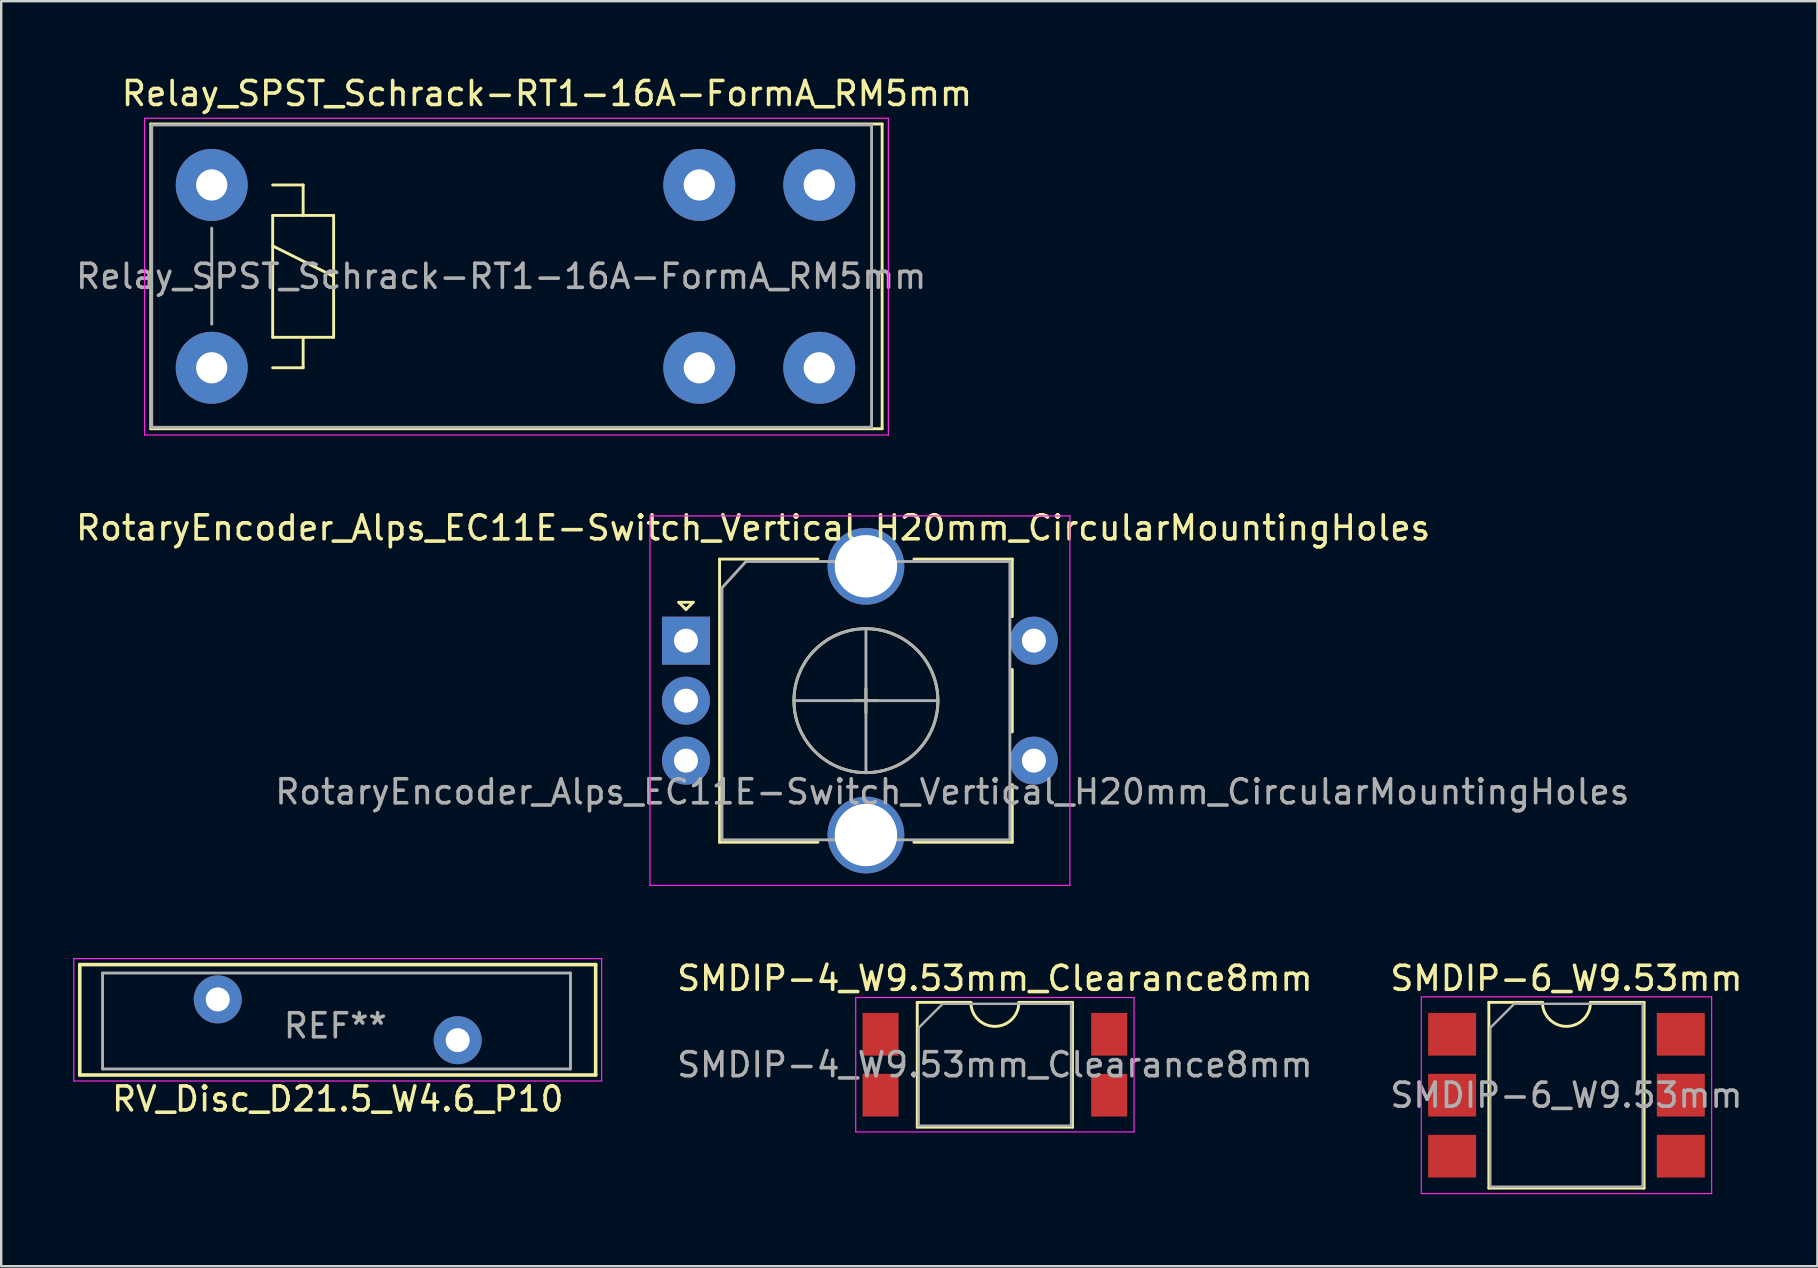
<source format=kicad_pcb>
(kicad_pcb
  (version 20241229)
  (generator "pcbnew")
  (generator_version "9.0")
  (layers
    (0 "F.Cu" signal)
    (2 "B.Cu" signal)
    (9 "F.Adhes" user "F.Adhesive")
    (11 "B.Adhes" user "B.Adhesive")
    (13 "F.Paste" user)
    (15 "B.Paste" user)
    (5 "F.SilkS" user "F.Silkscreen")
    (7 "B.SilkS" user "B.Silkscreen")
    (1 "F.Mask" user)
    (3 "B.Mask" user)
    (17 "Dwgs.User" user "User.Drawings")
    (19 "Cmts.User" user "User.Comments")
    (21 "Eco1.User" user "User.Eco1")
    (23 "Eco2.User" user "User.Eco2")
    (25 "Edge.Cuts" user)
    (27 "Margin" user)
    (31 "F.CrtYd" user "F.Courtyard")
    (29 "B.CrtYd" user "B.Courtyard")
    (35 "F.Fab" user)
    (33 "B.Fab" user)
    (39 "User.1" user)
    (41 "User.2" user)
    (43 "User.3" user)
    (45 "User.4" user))
  (footprint "RV_Disc_D21.5_W4.6_P10"
    (layer "F.Cu")
    (at 6.025 38.602)
    (property "Reference" "RV_Disc_D21.5_W4.6_P10" (at 5 4.15 0) (layer "F.SilkS") (effects (font (size 1 1) (thickness 0.15))))
    (attr through_hole)
    (fp_line (start -5.75 -1.45) (end -5.75 3.15) (stroke (width 0.15) (type solid)) (layer "F.SilkS"))
    (fp_line (start -5.75 -1.45) (end 15.75 -1.45) (stroke (width 0.15) (type solid)) (layer "F.SilkS"))
    (fp_line (start -5.75 3.15) (end 15.75 3.15) (stroke (width 0.15) (type solid)) (layer "F.SilkS"))
    (fp_line (start 15.75 -1.45) (end 15.75 3.15) (stroke (width 0.15) (type solid)) (layer "F.SilkS"))
    (fp_line (start -6 -1.7) (end -6 3.4) (stroke (width 0.05) (type solid)) (layer "F.CrtYd"))
    (fp_line (start -6 -1.7) (end 16 -1.7) (stroke (width 0.05) (type solid)) (layer "F.CrtYd"))
    (fp_line (start -6 3.4) (end 16 3.4) (stroke (width 0.05) (type solid)) (layer "F.CrtYd"))
    (fp_line (start 16 -1.7) (end 16 3.4) (stroke (width 0.05) (type solid)) (layer "F.CrtYd"))
    (fp_line (start -4.8 -1.1) (end 14.7 -1.1) (stroke (width 0.12) (type solid)) (layer "F.Fab"))
    (fp_line (start -4.8 2.9) (end -4.8 -1.1) (stroke (width 0.12) (type solid)) (layer "F.Fab"))
    (fp_line (start 14.7 -1.1) (end 14.7 2.9) (stroke (width 0.12) (type solid)) (layer "F.Fab"))
    (fp_line (start 14.7 2.9) (end -4.8 2.9) (stroke (width 0.12) (type solid)) (layer "F.Fab"))
    (fp_text user "REF**" (at 4.9 1.1 0) (layer "F.Fab") (effects (font (size 1 1) (thickness 0.15))))
    (pad "1" thru_hole circle (at 0 0) (size 2 2) (drill 1) (layers "*.Cu" "*.Mask"))
    (pad "2" thru_hole circle (at 10 1.7) (size 2 2) (drill 1) (layers "*.Cu" "*.Mask")))
  (footprint "SMDIP-6_W9.53mm"
    (layer "F.Cu")
    (at 62.235 42.595)
    (property "Reference" "SMDIP-6_W9.53mm" (at 0 -4.87 0) (layer "F.SilkS") (effects (font (size 1 1) (thickness 0.15))))
    (attr smd)
    (fp_line (start -3.235 -3.87) (end -3.235 3.87) (stroke (width 0.12) (type solid)) (layer "F.SilkS"))
    (fp_line (start -3.235 3.87) (end 3.235 3.87) (stroke (width 0.12) (type solid)) (layer "F.SilkS"))
    (fp_line (start -1 -3.87) (end -3.235 -3.87) (stroke (width 0.12) (type solid)) (layer "F.SilkS"))
    (fp_line (start 3.235 -3.87) (end 1 -3.87) (stroke (width 0.12) (type solid)) (layer "F.SilkS"))
    (fp_line (start 3.235 3.87) (end 3.235 -3.87) (stroke (width 0.12) (type solid)) (layer "F.SilkS"))
    (fp_arc (start 1 -3.87) (mid 0 -2.87) (end -1 -3.87) (stroke (width 0.12) (type solid)) (layer "F.SilkS"))
    (fp_line (start -6.05 -4.1) (end -6.05 4.1) (stroke (width 0.05) (type solid)) (layer "F.CrtYd"))
    (fp_line (start -6.05 4.1) (end 6.05 4.1) (stroke (width 0.05) (type solid)) (layer "F.CrtYd"))
    (fp_line (start 6.05 -4.1) (end -6.05 -4.1) (stroke (width 0.05) (type solid)) (layer "F.CrtYd"))
    (fp_line (start 6.05 4.1) (end 6.05 -4.1) (stroke (width 0.05) (type solid)) (layer "F.CrtYd"))
    (fp_line (start -3.175 -2.81) (end -2.175 -3.81) (stroke (width 0.1) (type solid)) (layer "F.Fab"))
    (fp_line (start -3.175 3.81) (end -3.175 -2.81) (stroke (width 0.1) (type solid)) (layer "F.Fab"))
    (fp_line (start -2.175 -3.81) (end 3.175 -3.81) (stroke (width 0.1) (type solid)) (layer "F.Fab"))
    (fp_line (start 3.175 -3.81) (end 3.175 3.81) (stroke (width 0.1) (type solid)) (layer "F.Fab"))
    (fp_line (start 3.175 3.81) (end -3.175 3.81) (stroke (width 0.1) (type solid)) (layer "F.Fab"))
    (fp_text user "${REFERENCE}" (at 0 0 0) (layer "F.Fab") (effects (font (size 1 1) (thickness 0.15))))
    (pad "1" smd rect (at -4.765 -2.54) (size 2 1.78) (layers "F.Cu" "F.Mask" "F.Paste"))
    (pad "2" smd rect (at -4.765 0) (size 2 1.78) (layers "F.Cu" "F.Mask" "F.Paste"))
    (pad "3" smd rect (at -4.765 2.54) (size 2 1.78) (layers "F.Cu" "F.Mask" "F.Paste"))
    (pad "4" smd rect (at 4.765 2.54) (size 2 1.78) (layers "F.Cu" "F.Mask" "F.Paste"))
    (pad "5" smd rect (at 4.765 0) (size 2 1.78) (layers "F.Cu" "F.Mask" "F.Paste"))
    (pad "6" smd rect (at 4.765 -2.54) (size 2 1.78) (layers "F.Cu" "F.Mask" "F.Paste")))
  (footprint "Relay_SPST_Schrack-RT1-16A-FormA_RM5mm"
    (layer "F.Cu")
    (at 5.774 4.658)
    (property "Reference" "Relay_SPST_Schrack-RT1-16A-FormA_RM5mm" (at 13.97 -3.81 0) (layer "F.SilkS") (effects (font (size 1 1) (thickness 0.15))))
    (attr through_hole)
    (fp_line (start -2.54 -2.54) (end 27.94 -2.54) (stroke (width 0.12) (type solid)) (layer "F.SilkS"))
    (fp_line (start -2.54 10.16) (end -2.54 -2.54) (stroke (width 0.12) (type solid)) (layer "F.SilkS"))
    (fp_line (start 2.54 0) (end 3.81 0) (stroke (width 0.12) (type solid)) (layer "F.SilkS"))
    (fp_line (start 2.54 1.27) (end 3.81 1.27) (stroke (width 0.12) (type solid)) (layer "F.SilkS"))
    (fp_line (start 2.54 2.54) (end 5.08 3.81) (stroke (width 0.12) (type solid)) (layer "F.SilkS"))
    (fp_line (start 2.54 6.35) (end 2.54 1.27) (stroke (width 0.12) (type solid)) (layer "F.SilkS"))
    (fp_line (start 3.81 0) (end 3.81 1.27) (stroke (width 0.12) (type solid)) (layer "F.SilkS"))
    (fp_line (start 3.81 1.27) (end 5.08 1.27) (stroke (width 0.12) (type solid)) (layer "F.SilkS"))
    (fp_line (start 3.81 6.35) (end 3.81 7.62) (stroke (width 0.12) (type solid)) (layer "F.SilkS"))
    (fp_line (start 3.81 7.62) (end 2.54 7.62) (stroke (width 0.12) (type solid)) (layer "F.SilkS"))
    (fp_line (start 5.08 1.27) (end 5.08 6.35) (stroke (width 0.12) (type solid)) (layer "F.SilkS"))
    (fp_line (start 5.08 6.35) (end 2.54 6.35) (stroke (width 0.12) (type solid)) (layer "F.SilkS"))
    (fp_line (start 27.94 -2.54) (end 27.94 10.16) (stroke (width 0.12) (type solid)) (layer "F.SilkS"))
    (fp_line (start 27.94 10.16) (end -2.54 10.16) (stroke (width 0.12) (type solid)) (layer "F.SilkS"))
    (fp_line (start -2.8 -2.78) (end 28.2 -2.78) (stroke (width 0.05) (type solid)) (layer "F.CrtYd"))
    (fp_line (start -2.8 10.42) (end -2.8 -2.78) (stroke (width 0.05) (type solid)) (layer "F.CrtYd"))
    (fp_line (start 28.2 -2.78) (end 28.2 10.42) (stroke (width 0.05) (type solid)) (layer "F.CrtYd"))
    (fp_line (start 28.2 10.42) (end -2.8 10.42) (stroke (width 0.05) (type solid)) (layer "F.CrtYd"))
    (fp_line (start -2.5 -2.5) (end 27.5 -2.5) (stroke (width 0.12) (type solid)) (layer "F.Fab"))
    (fp_line (start -2.5 10.1) (end -2.5 -2.5) (stroke (width 0.12) (type solid)) (layer "F.Fab"))
    (fp_line (start 0 1.8) (end 0 5.8) (stroke (width 0.12) (type solid)) (layer "F.Fab"))
    (fp_line (start 27.5 -2.5) (end 27.5 10.1) (stroke (width 0.12) (type solid)) (layer "F.Fab"))
    (fp_line (start 27.5 10.1) (end -2.5 10.1) (stroke (width 0.12) (type solid)) (layer "F.Fab"))
    (fp_text user "${REFERENCE}" (at 12.065 3.81 0) (layer "F.Fab") (effects (font (size 1 1) (thickness 0.15))))
    (pad "11" thru_hole circle (at 20.32 0) (size 3 3) (drill 1.3) (layers "*.Cu" "*.Mask"))
    (pad "11" thru_hole circle (at 20.32 7.62) (size 3 3) (drill 1.3) (layers "*.Cu" "*.Mask"))
    (pad "14" thru_hole circle (at 25.32 0) (size 3 3) (drill 1.3) (layers "*.Cu" "*.Mask"))
    (pad "14" thru_hole circle (at 25.32 7.62) (size 3 3) (drill 1.3) (layers "*.Cu" "*.Mask"))
    (pad "A1" thru_hole circle (at 0 0) (size 3 3) (drill 1.3) (layers "*.Cu" "*.Mask"))
    (pad "A2" thru_hole circle (at 0 7.62) (size 3 3) (drill 1.3) (layers "*.Cu" "*.Mask")))
  (footprint "RotaryEncoder_Alps_EC11E-Switch_Vertical_H20mm_CircularMountingHoles"
    (layer "F.Cu")
    (at 25.539 23.651)
    (property "Reference" "RotaryEncoder_Alps_EC11E-Switch_Vertical_H20mm_CircularMountingHoles" (at 2.8 -4.7 0) (layer "F.SilkS") (effects (font (size 1 1) (thickness 0.15))))
    (attr through_hole)
    (fp_line (start -0.3 -1.6) (end 0.3 -1.6) (stroke (width 0.12) (type solid)) (layer "F.SilkS"))
    (fp_line (start 0 -1.3) (end -0.3 -1.6) (stroke (width 0.12) (type solid)) (layer "F.SilkS"))
    (fp_line (start 0.3 -1.6) (end 0 -1.3) (stroke (width 0.12) (type solid)) (layer "F.SilkS"))
    (fp_line (start 1.4 -3.4) (end 1.4 8.4) (stroke (width 0.12) (type solid)) (layer "F.SilkS"))
    (fp_line (start 5.5 -3.4) (end 1.4 -3.4) (stroke (width 0.12) (type solid)) (layer "F.SilkS"))
    (fp_line (start 5.5 8.4) (end 1.4 8.4) (stroke (width 0.12) (type solid)) (layer "F.SilkS"))
    (fp_line (start 7 2.5) (end 8 2.5) (stroke (width 0.12) (type solid)) (layer "F.SilkS"))
    (fp_line (start 7.5 2) (end 7.5 3) (stroke (width 0.12) (type solid)) (layer "F.SilkS"))
    (fp_line (start 9.5 -3.4) (end 13.6 -3.4) (stroke (width 0.12) (type solid)) (layer "F.SilkS"))
    (fp_line (start 13.6 -3.4) (end 13.6 -1) (stroke (width 0.12) (type solid)) (layer "F.SilkS"))
    (fp_line (start 13.6 1.2) (end 13.6 3.8) (stroke (width 0.12) (type solid)) (layer "F.SilkS"))
    (fp_line (start 13.6 6) (end 13.6 8.4) (stroke (width 0.12) (type solid)) (layer "F.SilkS"))
    (fp_line (start 13.6 8.4) (end 9.5 8.4) (stroke (width 0.12) (type solid)) (layer "F.SilkS"))
    (fp_circle (center 7.5 2.5) (end 10.5 2.5) (stroke (width 0.12) (type solid)) (fill no) (layer "F.SilkS"))
    (fp_line (start -1.5 -5.2) (end -1.5 10.2) (stroke (width 0.05) (type solid)) (layer "F.CrtYd"))
    (fp_line (start -1.5 -5.2) (end 16 -5.2) (stroke (width 0.05) (type solid)) (layer "F.CrtYd"))
    (fp_line (start 16 10.2) (end -1.5 10.2) (stroke (width 0.05) (type solid)) (layer "F.CrtYd"))
    (fp_line (start 16 10.2) (end 16 -5.2) (stroke (width 0.05) (type solid)) (layer "F.CrtYd"))
    (fp_line (start 1.5 -2.2) (end 2.5 -3.3) (stroke (width 0.12) (type solid)) (layer "F.Fab"))
    (fp_line (start 1.5 8.3) (end 1.5 -2.2) (stroke (width 0.12) (type solid)) (layer "F.Fab"))
    (fp_line (start 2.5 -3.3) (end 13.5 -3.3) (stroke (width 0.12) (type solid)) (layer "F.Fab"))
    (fp_line (start 4.5 2.5) (end 10.5 2.5) (stroke (width 0.12) (type solid)) (layer "F.Fab"))
    (fp_line (start 7.5 -0.5) (end 7.5 5.5) (stroke (width 0.12) (type solid)) (layer "F.Fab"))
    (fp_line (start 13.5 -3.3) (end 13.5 8.3) (stroke (width 0.12) (type solid)) (layer "F.Fab"))
    (fp_line (start 13.5 8.3) (end 1.5 8.3) (stroke (width 0.12) (type solid)) (layer "F.Fab"))
    (fp_circle (center 7.5 2.5) (end 10.5 2.5) (stroke (width 0.12) (type solid)) (fill no) (layer "F.Fab"))
    (fp_text user "${REFERENCE}" (at 11.1 6.3 0) (layer "F.Fab") (effects (font (size 1 1) (thickness 0.15))))
    (pad "A" thru_hole rect (at 0 0) (size 2 2) (drill 1) (layers "*.Cu" "*.Mask"))
    (pad "B" thru_hole circle (at 0 5) (size 2 2) (drill 1) (layers "*.Cu" "*.Mask"))
    (pad "C" thru_hole circle (at 0 2.5) (size 2 2) (drill 1) (layers "*.Cu" "*.Mask"))
    (pad "MP" thru_hole circle (at 7.5 -3.1) (size 3.2 3.2) (drill 2.6) (layers "*.Cu" "*.Mask"))
    (pad "MP" thru_hole circle (at 7.5 8.1) (size 3.2 3.2) (drill 2.6) (layers "*.Cu" "*.Mask"))
    (pad "S1" thru_hole circle (at 14.5 5) (size 2 2) (drill 1) (layers "*.Cu" "*.Mask"))
    (pad "S2" thru_hole circle (at 14.5 0) (size 2 2) (drill 1) (layers "*.Cu" "*.Mask")))
  (footprint "SMDIP-4_W9.53mm_Clearance8mm"
    (layer "F.Cu")
    (at 38.413 41.325)
    (property "Reference" "SMDIP-4_W9.53mm_Clearance8mm" (at 0 -3.6 0) (layer "F.SilkS") (effects (font (size 1 1) (thickness 0.15))))
    (attr smd)
    (fp_line (start -3.235 -2.6) (end -3.235 2.6) (stroke (width 0.12) (type solid)) (layer "F.SilkS"))
    (fp_line (start -3.235 2.6) (end 3.235 2.6) (stroke (width 0.12) (type solid)) (layer "F.SilkS"))
    (fp_line (start -1 -2.6) (end -3.235 -2.6) (stroke (width 0.12) (type solid)) (layer "F.SilkS"))
    (fp_line (start 3.235 -2.6) (end 1 -2.6) (stroke (width 0.12) (type solid)) (layer "F.SilkS"))
    (fp_line (start 3.235 2.6) (end 3.235 -2.6) (stroke (width 0.12) (type solid)) (layer "F.SilkS"))
    (fp_arc (start 1 -2.6) (mid 0 -1.6) (end -1 -2.6) (stroke (width 0.12) (type solid)) (layer "F.SilkS"))
    (fp_line (start -5.8 -2.8) (end -5.8 2.8) (stroke (width 0.05) (type solid)) (layer "F.CrtYd"))
    (fp_line (start -5.8 2.8) (end 5.8 2.8) (stroke (width 0.05) (type solid)) (layer "F.CrtYd"))
    (fp_line (start 5.8 -2.8) (end -5.8 -2.8) (stroke (width 0.05) (type solid)) (layer "F.CrtYd"))
    (fp_line (start 5.8 2.8) (end 5.8 -2.8) (stroke (width 0.05) (type solid)) (layer "F.CrtYd"))
    (fp_line (start -3.175 -1.54) (end -2.175 -2.54) (stroke (width 0.1) (type solid)) (layer "F.Fab"))
    (fp_line (start -3.175 2.54) (end -3.175 -1.54) (stroke (width 0.1) (type solid)) (layer "F.Fab"))
    (fp_line (start -2.175 -2.54) (end 3.175 -2.54) (stroke (width 0.1) (type solid)) (layer "F.Fab"))
    (fp_line (start 3.175 -2.54) (end 3.175 2.54) (stroke (width 0.1) (type solid)) (layer "F.Fab"))
    (fp_line (start 3.175 2.54) (end -3.175 2.54) (stroke (width 0.1) (type solid)) (layer "F.Fab"))
    (fp_text user "${REFERENCE}" (at 0 0 0) (layer "F.Fab") (effects (font (size 1 1) (thickness 0.15))))
    (pad "1" smd rect (at -4.765 -1.27) (size 1.5 1.78) (layers "F.Cu" "F.Mask" "F.Paste"))
    (pad "2" smd rect (at -4.765 1.27) (size 1.5 1.78) (layers "F.Cu" "F.Mask" "F.Paste"))
    (pad "3" smd rect (at 4.765 1.27) (size 1.5 1.78) (layers "F.Cu" "F.Mask" "F.Paste"))
    (pad "4" smd rect (at 4.765 -1.27) (size 1.5 1.78) (layers "F.Cu" "F.Mask" "F.Paste")))
  (gr_rect
    (start -3 -3)
    (end 72.693 49.72)
    (stroke (width 0.1) (type default))
    (fill no)
    (layer "Edge.Cuts")))
</source>
